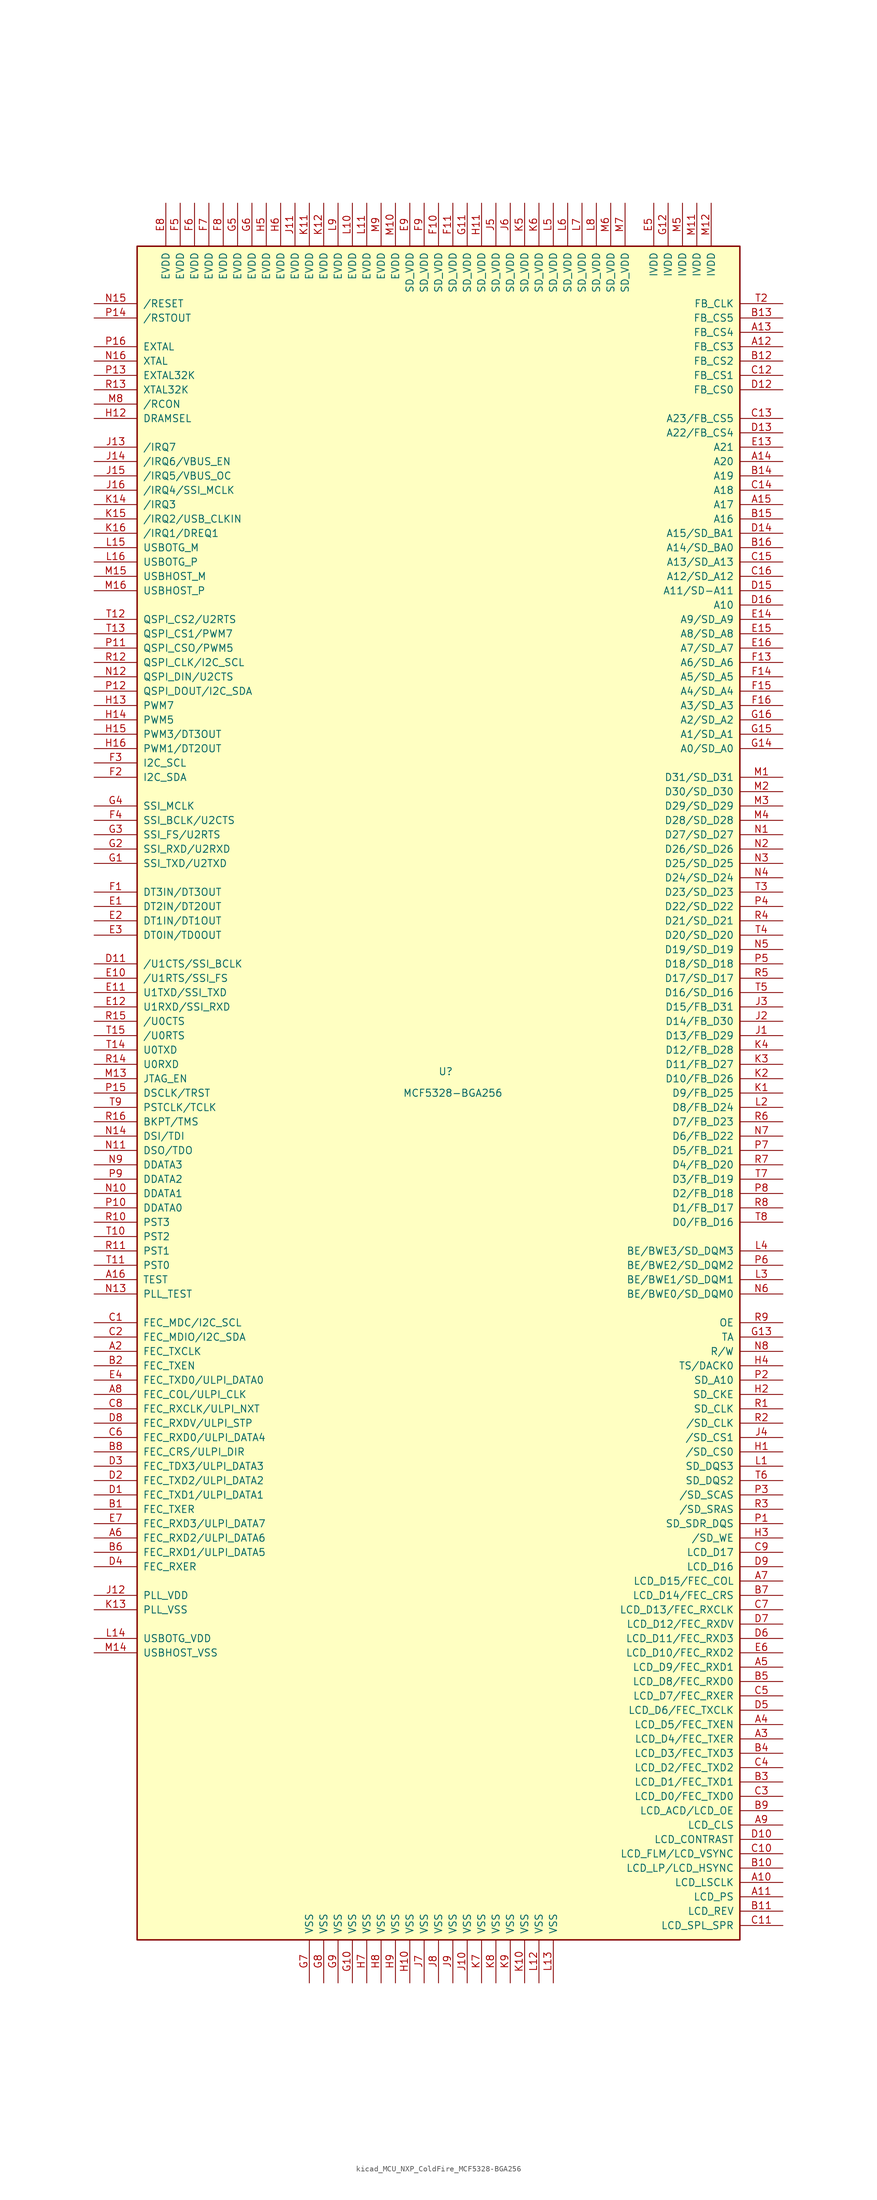
<source format=kicad_sym>
(kicad_symbol_lib
  (version 20220914)
  (generator kicad_symbol_editor)
  (symbol "kicad_MCU_NXP_ColdFire_MCF5328-BGA256"
    (pin_names
      (offset 1.016))
    (property "Reference" "U"
      (at 1.27 3.81 0)
      (effects (font (size 1.27 1.27))))
    (property "Value" "MCF5328-BGA256"
      (at 2.54 0 0)
      (effects (font (size 1.27 1.27))))
    (symbol "kicad_MCU_NXP_ColdFire_MCF5328-BGA256_0_1"
      (rectangle (start -53.34 149.86) (end 53.34 -149.86) (stroke (width 0.254) (type default)) (fill (type background))))
    (symbol "kicad_MCU_NXP_ColdFire_MCF5328-BGA256_1_1"
      (pin output line (at 60.96 -139.7 180) (length 7.62) (name "LCD_LSCLK" (effects (font (size 1.27 1.27)))) (number "A10" (effects (font (size 1.27 1.27)))))
      (pin output line (at 60.96 -142.24 180) (length 7.62) (name "LCD_PS" (effects (font (size 1.27 1.27)))) (number "A11" (effects (font (size 1.27 1.27)))))
      (pin output line (at 60.96 132.08 180) (length 7.62) (name "FB_CS3" (effects (font (size 1.27 1.27)))) (number "A12" (effects (font (size 1.27 1.27)))))
      (pin output line (at 60.96 134.62 180) (length 7.62) (name "FB_CS4" (effects (font (size 1.27 1.27)))) (number "A13" (effects (font (size 1.27 1.27)))))
      (pin output line (at 60.96 111.76 180) (length 7.62) (name "A20" (effects (font (size 1.27 1.27)))) (number "A14" (effects (font (size 1.27 1.27)))))
      (pin output line (at 60.96 104.14 180) (length 7.62) (name "A17" (effects (font (size 1.27 1.27)))) (number "A15" (effects (font (size 1.27 1.27)))))
      (pin input line (at -60.96 -33.02 0) (length 7.62) (name "TEST" (effects (font (size 1.27 1.27)))) (number "A16" (effects (font (size 1.27 1.27)))))
      (pin input line (at -60.96 -45.72 0) (length 7.62) (name "FEC_TXCLK" (effects (font (size 1.27 1.27)))) (number "A2" (effects (font (size 1.27 1.27)))))
      (pin output line (at 60.96 -114.3 180) (length 7.62) (name "LCD_D4/FEC_TXER" (effects (font (size 1.27 1.27)))) (number "A3" (effects (font (size 1.27 1.27)))))
      (pin output line (at 60.96 -111.76 180) (length 7.62) (name "LCD_D5/FEC_TXEN" (effects (font (size 1.27 1.27)))) (number "A4" (effects (font (size 1.27 1.27)))))
      (pin output line (at 60.96 -101.6 180) (length 7.62) (name "LCD_D9/FEC_RXD1" (effects (font (size 1.27 1.27)))) (number "A5" (effects (font (size 1.27 1.27)))))
      (pin input line (at -60.96 -78.74 0) (length 7.62) (name "FEC_RXD2/ULPI_DATA6" (effects (font (size 1.27 1.27)))) (number "A6" (effects (font (size 1.27 1.27)))))
      (pin output line (at 60.96 -86.36 180) (length 7.62) (name "LCD_D15/FEC_COL" (effects (font (size 1.27 1.27)))) (number "A7" (effects (font (size 1.27 1.27)))))
      (pin input line (at -60.96 -53.34 0) (length 7.62) (name "FEC_COL/ULPI_CLK" (effects (font (size 1.27 1.27)))) (number "A8" (effects (font (size 1.27 1.27)))))
      (pin output line (at 60.96 -129.54 180) (length 7.62) (name "LCD_CLS" (effects (font (size 1.27 1.27)))) (number "A9" (effects (font (size 1.27 1.27)))))
      (pin output line (at -60.96 -73.66 0) (length 7.62) (name "FEC_TXER" (effects (font (size 1.27 1.27)))) (number "B1" (effects (font (size 1.27 1.27)))))
      (pin output line (at 60.96 -137.16 180) (length 7.62) (name "LCD_LP/LCD_HSYNC" (effects (font (size 1.27 1.27)))) (number "B10" (effects (font (size 1.27 1.27)))))
      (pin output line (at 60.96 -144.78 180) (length 7.62) (name "LCD_REV" (effects (font (size 1.27 1.27)))) (number "B11" (effects (font (size 1.27 1.27)))))
      (pin output line (at 60.96 129.54 180) (length 7.62) (name "FB_CS2" (effects (font (size 1.27 1.27)))) (number "B12" (effects (font (size 1.27 1.27)))))
      (pin output line (at 60.96 137.16 180) (length 7.62) (name "FB_CS5" (effects (font (size 1.27 1.27)))) (number "B13" (effects (font (size 1.27 1.27)))))
      (pin output line (at 60.96 109.22 180) (length 7.62) (name "A19" (effects (font (size 1.27 1.27)))) (number "B14" (effects (font (size 1.27 1.27)))))
      (pin output line (at 60.96 101.6 180) (length 7.62) (name "A16" (effects (font (size 1.27 1.27)))) (number "B15" (effects (font (size 1.27 1.27)))))
      (pin output line (at 60.96 96.52 180) (length 7.62) (name "A14/SD_BA0" (effects (font (size 1.27 1.27)))) (number "B16" (effects (font (size 1.27 1.27)))))
      (pin output line (at -60.96 -48.26 0) (length 7.62) (name "FEC_TXEN" (effects (font (size 1.27 1.27)))) (number "B2" (effects (font (size 1.27 1.27)))))
      (pin output line (at 60.96 -121.92 180) (length 7.62) (name "LCD_D1/FEC_TXD1" (effects (font (size 1.27 1.27)))) (number "B3" (effects (font (size 1.27 1.27)))))
      (pin output line (at 60.96 -116.84 180) (length 7.62) (name "LCD_D3/FEC_TXD3" (effects (font (size 1.27 1.27)))) (number "B4" (effects (font (size 1.27 1.27)))))
      (pin output line (at 60.96 -104.14 180) (length 7.62) (name "LCD_D8/FEC_RXD0" (effects (font (size 1.27 1.27)))) (number "B5" (effects (font (size 1.27 1.27)))))
      (pin input line (at -60.96 -81.28 0) (length 7.62) (name "FEC_RXD1/ULPI_DATA5" (effects (font (size 1.27 1.27)))) (number "B6" (effects (font (size 1.27 1.27)))))
      (pin output line (at 60.96 -88.9 180) (length 7.62) (name "LCD_D14/FEC_CRS" (effects (font (size 1.27 1.27)))) (number "B7" (effects (font (size 1.27 1.27)))))
      (pin input line (at -60.96 -63.5 0) (length 7.62) (name "FEC_CRS/ULPI_DIR" (effects (font (size 1.27 1.27)))) (number "B8" (effects (font (size 1.27 1.27)))))
      (pin output line (at 60.96 -127 180) (length 7.62) (name "LCD_ACD/LCD_OE" (effects (font (size 1.27 1.27)))) (number "B9" (effects (font (size 1.27 1.27)))))
      (pin output line (at -60.96 -40.64 0) (length 7.62) (name "FEC_MDC/I2C_SCL" (effects (font (size 1.27 1.27)))) (number "C1" (effects (font (size 1.27 1.27)))))
      (pin output line (at 60.96 -134.62 180) (length 7.62) (name "LCD_FLM/LCD_VSYNC" (effects (font (size 1.27 1.27)))) (number "C10" (effects (font (size 1.27 1.27)))))
      (pin output line (at 60.96 -147.32 180) (length 7.62) (name "LCD_SPL_SPR" (effects (font (size 1.27 1.27)))) (number "C11" (effects (font (size 1.27 1.27)))))
      (pin output line (at 60.96 127 180) (length 7.62) (name "FB_CS1" (effects (font (size 1.27 1.27)))) (number "C12" (effects (font (size 1.27 1.27)))))
      (pin output line (at 60.96 119.38 180) (length 7.62) (name "A23/FB_CS5" (effects (font (size 1.27 1.27)))) (number "C13" (effects (font (size 1.27 1.27)))))
      (pin output line (at 60.96 106.68 180) (length 7.62) (name "A18" (effects (font (size 1.27 1.27)))) (number "C14" (effects (font (size 1.27 1.27)))))
      (pin output line (at 60.96 93.98 180) (length 7.62) (name "A13/SD_A13" (effects (font (size 1.27 1.27)))) (number "C15" (effects (font (size 1.27 1.27)))))
      (pin output line (at 60.96 91.44 180) (length 7.62) (name "A12/SD_A12" (effects (font (size 1.27 1.27)))) (number "C16" (effects (font (size 1.27 1.27)))))
      (pin bidirectional line (at -60.96 -43.18 0) (length 7.62) (name "FEC_MDIO/I2C_SDA" (effects (font (size 1.27 1.27)))) (number "C2" (effects (font (size 1.27 1.27)))))
      (pin output line (at 60.96 -124.46 180) (length 7.62) (name "LCD_D0/FEC_TXD0" (effects (font (size 1.27 1.27)))) (number "C3" (effects (font (size 1.27 1.27)))))
      (pin output line (at 60.96 -119.38 180) (length 7.62) (name "LCD_D2/FEC_TXD2" (effects (font (size 1.27 1.27)))) (number "C4" (effects (font (size 1.27 1.27)))))
      (pin output line (at 60.96 -106.68 180) (length 7.62) (name "LCD_D7/FEC_RXER" (effects (font (size 1.27 1.27)))) (number "C5" (effects (font (size 1.27 1.27)))))
      (pin input line (at -60.96 -60.96 0) (length 7.62) (name "FEC_RXD0/ULPI_DATA4" (effects (font (size 1.27 1.27)))) (number "C6" (effects (font (size 1.27 1.27)))))
      (pin output line (at 60.96 -91.44 180) (length 7.62) (name "LCD_D13/FEC_RXCLK" (effects (font (size 1.27 1.27)))) (number "C7" (effects (font (size 1.27 1.27)))))
      (pin input line (at -60.96 -55.88 0) (length 7.62) (name "FEC_RXCLK/ULPI_NXT" (effects (font (size 1.27 1.27)))) (number "C8" (effects (font (size 1.27 1.27)))))
      (pin output line (at 60.96 -81.28 180) (length 7.62) (name "LCD_D17" (effects (font (size 1.27 1.27)))) (number "C9" (effects (font (size 1.27 1.27)))))
      (pin output line (at -60.96 -71.12 0) (length 7.62) (name "FEC_TXD1/ULPI_DATA1" (effects (font (size 1.27 1.27)))) (number "D1" (effects (font (size 1.27 1.27)))))
      (pin output line (at 60.96 -132.08 180) (length 7.62) (name "LCD_CONTRAST" (effects (font (size 1.27 1.27)))) (number "D10" (effects (font (size 1.27 1.27)))))
      (pin input line (at -60.96 22.86 0) (length 7.62) (name "/U1CTS/SSI_BCLK" (effects (font (size 1.27 1.27)))) (number "D11" (effects (font (size 1.27 1.27)))))
      (pin output line (at 60.96 124.46 180) (length 7.62) (name "FB_CS0" (effects (font (size 1.27 1.27)))) (number "D12" (effects (font (size 1.27 1.27)))))
      (pin output line (at 60.96 116.84 180) (length 7.62) (name "A22/FB_CS4" (effects (font (size 1.27 1.27)))) (number "D13" (effects (font (size 1.27 1.27)))))
      (pin output line (at 60.96 99.06 180) (length 7.62) (name "A15/SD_BA1" (effects (font (size 1.27 1.27)))) (number "D14" (effects (font (size 1.27 1.27)))))
      (pin output line (at 60.96 88.9 180) (length 7.62) (name "A11/SD-A11" (effects (font (size 1.27 1.27)))) (number "D15" (effects (font (size 1.27 1.27)))))
      (pin output line (at 60.96 86.36 180) (length 7.62) (name "A10" (effects (font (size 1.27 1.27)))) (number "D16" (effects (font (size 1.27 1.27)))))
      (pin output line (at -60.96 -68.58 0) (length 7.62) (name "FEC_TXD2/ULPI_DATA2" (effects (font (size 1.27 1.27)))) (number "D2" (effects (font (size 1.27 1.27)))))
      (pin output line (at -60.96 -66.04 0) (length 7.62) (name "FEC_TDX3/ULPI_DATA3" (effects (font (size 1.27 1.27)))) (number "D3" (effects (font (size 1.27 1.27)))))
      (pin input line (at -60.96 -83.82 0) (length 7.62) (name "FEC_RXER" (effects (font (size 1.27 1.27)))) (number "D4" (effects (font (size 1.27 1.27)))))
      (pin output line (at 60.96 -109.22 180) (length 7.62) (name "LCD_D6/FEC_TXCLK" (effects (font (size 1.27 1.27)))) (number "D5" (effects (font (size 1.27 1.27)))))
      (pin output line (at 60.96 -96.52 180) (length 7.62) (name "LCD_D11/FEC_RXD3" (effects (font (size 1.27 1.27)))) (number "D6" (effects (font (size 1.27 1.27)))))
      (pin output line (at 60.96 -93.98 180) (length 7.62) (name "LCD_D12/FEC_RXDV" (effects (font (size 1.27 1.27)))) (number "D7" (effects (font (size 1.27 1.27)))))
      (pin input line (at -60.96 -58.42 0) (length 7.62) (name "FEC_RXDV/ULPI_STP" (effects (font (size 1.27 1.27)))) (number "D8" (effects (font (size 1.27 1.27)))))
      (pin output line (at 60.96 -83.82 180) (length 7.62) (name "LCD_D16" (effects (font (size 1.27 1.27)))) (number "D9" (effects (font (size 1.27 1.27)))))
      (pin input line (at -60.96 33.02 0) (length 7.62) (name "DT2IN/DT2OUT" (effects (font (size 1.27 1.27)))) (number "E1" (effects (font (size 1.27 1.27)))))
      (pin output line (at -60.96 20.32 0) (length 7.62) (name "/U1RTS/SSI_FS" (effects (font (size 1.27 1.27)))) (number "E10" (effects (font (size 1.27 1.27)))))
      (pin output line (at -60.96 17.78 0) (length 7.62) (name "U1TXD/SSI_TXD" (effects (font (size 1.27 1.27)))) (number "E11" (effects (font (size 1.27 1.27)))))
      (pin input line (at -60.96 15.24 0) (length 7.62) (name "U1RXD/SSI_RXD" (effects (font (size 1.27 1.27)))) (number "E12" (effects (font (size 1.27 1.27)))))
      (pin output line (at 60.96 114.3 180) (length 7.62) (name "A21" (effects (font (size 1.27 1.27)))) (number "E13" (effects (font (size 1.27 1.27)))))
      (pin output line (at 60.96 83.82 180) (length 7.62) (name "A9/SD_A9" (effects (font (size 1.27 1.27)))) (number "E14" (effects (font (size 1.27 1.27)))))
      (pin output line (at 60.96 81.28 180) (length 7.62) (name "A8/SD_A8" (effects (font (size 1.27 1.27)))) (number "E15" (effects (font (size 1.27 1.27)))))
      (pin output line (at 60.96 78.74 180) (length 7.62) (name "A7/SD_A7" (effects (font (size 1.27 1.27)))) (number "E16" (effects (font (size 1.27 1.27)))))
      (pin input line (at -60.96 30.48 0) (length 7.62) (name "DT1IN/DT1OUT" (effects (font (size 1.27 1.27)))) (number "E2" (effects (font (size 1.27 1.27)))))
      (pin input line (at -60.96 27.94 0) (length 7.62) (name "DT0IN/TD0OUT" (effects (font (size 1.27 1.27)))) (number "E3" (effects (font (size 1.27 1.27)))))
      (pin output line (at -60.96 -50.8 0) (length 7.62) (name "FEC_TXD0/ULPI_DATA0" (effects (font (size 1.27 1.27)))) (number "E4" (effects (font (size 1.27 1.27)))))
      (pin power_in line (at 38.1 157.48 270) (length 7.62) (name "IVDD" (effects (font (size 1.27 1.27)))) (number "E5" (effects (font (size 1.27 1.27)))))
      (pin output line (at 60.96 -99.06 180) (length 7.62) (name "LCD_D10/FEC_RXD2" (effects (font (size 1.27 1.27)))) (number "E6" (effects (font (size 1.27 1.27)))))
      (pin input line (at -60.96 -76.2 0) (length 7.62) (name "FEC_RXD3/ULPI_DATA7" (effects (font (size 1.27 1.27)))) (number "E7" (effects (font (size 1.27 1.27)))))
      (pin power_in line (at -48.26 157.48 270) (length 7.62) (name "EVDD" (effects (font (size 1.27 1.27)))) (number "E8" (effects (font (size 1.27 1.27)))))
      (pin power_in line (at -5.08 157.48 270) (length 7.62) (name "SD_VDD" (effects (font (size 1.27 1.27)))) (number "E9" (effects (font (size 1.27 1.27)))))
      (pin input line (at -60.96 35.56 0) (length 7.62) (name "DT3IN/DT3OUT" (effects (font (size 1.27 1.27)))) (number "F1" (effects (font (size 1.27 1.27)))))
      (pin power_in line (at 0 157.48 270) (length 7.62) (name "SD_VDD" (effects (font (size 1.27 1.27)))) (number "F10" (effects (font (size 1.27 1.27)))))
      (pin power_in line (at 2.54 157.48 270) (length 7.62) (name "SD_VDD" (effects (font (size 1.27 1.27)))) (number "F11" (effects (font (size 1.27 1.27)))))
      (pin output line (at 60.96 76.2 180) (length 7.62) (name "A6/SD_A6" (effects (font (size 1.27 1.27)))) (number "F13" (effects (font (size 1.27 1.27)))))
      (pin output line (at 60.96 73.66 180) (length 7.62) (name "A5/SD_A5" (effects (font (size 1.27 1.27)))) (number "F14" (effects (font (size 1.27 1.27)))))
      (pin output line (at 60.96 71.12 180) (length 7.62) (name "A4/SD_A4" (effects (font (size 1.27 1.27)))) (number "F15" (effects (font (size 1.27 1.27)))))
      (pin output line (at 60.96 68.58 180) (length 7.62) (name "A3/SD_A3" (effects (font (size 1.27 1.27)))) (number "F16" (effects (font (size 1.27 1.27)))))
      (pin bidirectional line (at -60.96 55.88 0) (length 7.62) (name "I2C_SDA" (effects (font (size 1.27 1.27)))) (number "F2" (effects (font (size 1.27 1.27)))))
      (pin bidirectional line (at -60.96 58.42 0) (length 7.62) (name "I2C_SCL" (effects (font (size 1.27 1.27)))) (number "F3" (effects (font (size 1.27 1.27)))))
      (pin bidirectional line (at -60.96 48.26 0) (length 7.62) (name "SSI_BCLK/U2CTS" (effects (font (size 1.27 1.27)))) (number "F4" (effects (font (size 1.27 1.27)))))
      (pin power_in line (at -45.72 157.48 270) (length 7.62) (name "EVDD" (effects (font (size 1.27 1.27)))) (number "F5" (effects (font (size 1.27 1.27)))))
      (pin power_in line (at -43.18 157.48 270) (length 7.62) (name "EVDD" (effects (font (size 1.27 1.27)))) (number "F6" (effects (font (size 1.27 1.27)))))
      (pin power_in line (at -40.64 157.48 270) (length 7.62) (name "EVDD" (effects (font (size 1.27 1.27)))) (number "F7" (effects (font (size 1.27 1.27)))))
      (pin power_in line (at -38.1 157.48 270) (length 7.62) (name "EVDD" (effects (font (size 1.27 1.27)))) (number "F8" (effects (font (size 1.27 1.27)))))
      (pin power_in line (at -2.54 157.48 270) (length 7.62) (name "SD_VDD" (effects (font (size 1.27 1.27)))) (number "F9" (effects (font (size 1.27 1.27)))))
      (pin output line (at -60.96 40.64 0) (length 7.62) (name "SSI_TXD/U2TXD" (effects (font (size 1.27 1.27)))) (number "G1" (effects (font (size 1.27 1.27)))))
      (pin power_in line (at -15.24 -157.48 90) (length 7.62) (name "VSS" (effects (font (size 1.27 1.27)))) (number "G10" (effects (font (size 1.27 1.27)))))
      (pin power_in line (at 5.08 157.48 270) (length 7.62) (name "SD_VDD" (effects (font (size 1.27 1.27)))) (number "G11" (effects (font (size 1.27 1.27)))))
      (pin power_in line (at 40.64 157.48 270) (length 7.62) (name "IVDD" (effects (font (size 1.27 1.27)))) (number "G12" (effects (font (size 1.27 1.27)))))
      (pin input line (at 60.96 -43.18 180) (length 7.62) (name "TA" (effects (font (size 1.27 1.27)))) (number "G13" (effects (font (size 1.27 1.27)))))
      (pin output line (at 60.96 60.96 180) (length 7.62) (name "A0/SD_A0" (effects (font (size 1.27 1.27)))) (number "G14" (effects (font (size 1.27 1.27)))))
      (pin output line (at 60.96 63.5 180) (length 7.62) (name "A1/SD_A1" (effects (font (size 1.27 1.27)))) (number "G15" (effects (font (size 1.27 1.27)))))
      (pin output line (at 60.96 66.04 180) (length 7.62) (name "A2/SD_A2" (effects (font (size 1.27 1.27)))) (number "G16" (effects (font (size 1.27 1.27)))))
      (pin input line (at -60.96 43.18 0) (length 7.62) (name "SSI_RXD/U2RXD" (effects (font (size 1.27 1.27)))) (number "G2" (effects (font (size 1.27 1.27)))))
      (pin bidirectional line (at -60.96 45.72 0) (length 7.62) (name "SSI_FS/U2RTS" (effects (font (size 1.27 1.27)))) (number "G3" (effects (font (size 1.27 1.27)))))
      (pin bidirectional line (at -60.96 50.8 0) (length 7.62) (name "SSI_MCLK" (effects (font (size 1.27 1.27)))) (number "G4" (effects (font (size 1.27 1.27)))))
      (pin power_in line (at -35.56 157.48 270) (length 7.62) (name "EVDD" (effects (font (size 1.27 1.27)))) (number "G5" (effects (font (size 1.27 1.27)))))
      (pin power_in line (at -33.02 157.48 270) (length 7.62) (name "EVDD" (effects (font (size 1.27 1.27)))) (number "G6" (effects (font (size 1.27 1.27)))))
      (pin power_in line (at -22.86 -157.48 90) (length 7.62) (name "VSS" (effects (font (size 1.27 1.27)))) (number "G7" (effects (font (size 1.27 1.27)))))
      (pin power_in line (at -20.32 -157.48 90) (length 7.62) (name "VSS" (effects (font (size 1.27 1.27)))) (number "G8" (effects (font (size 1.27 1.27)))))
      (pin power_in line (at -17.78 -157.48 90) (length 7.62) (name "VSS" (effects (font (size 1.27 1.27)))) (number "G9" (effects (font (size 1.27 1.27)))))
      (pin output line (at 60.96 -63.5 180) (length 7.62) (name "/SD_CS0" (effects (font (size 1.27 1.27)))) (number "H1" (effects (font (size 1.27 1.27)))))
      (pin power_in line (at -5.08 -157.48 90) (length 7.62) (name "VSS" (effects (font (size 1.27 1.27)))) (number "H10" (effects (font (size 1.27 1.27)))))
      (pin power_in line (at 7.62 157.48 270) (length 7.62) (name "SD_VDD" (effects (font (size 1.27 1.27)))) (number "H11" (effects (font (size 1.27 1.27)))))
      (pin input line (at -60.96 119.38 0) (length 7.62) (name "DRAMSEL" (effects (font (size 1.27 1.27)))) (number "H12" (effects (font (size 1.27 1.27)))))
      (pin bidirectional line (at -60.96 68.58 0) (length 7.62) (name "PWM7" (effects (font (size 1.27 1.27)))) (number "H13" (effects (font (size 1.27 1.27)))))
      (pin bidirectional line (at -60.96 66.04 0) (length 7.62) (name "PWM5" (effects (font (size 1.27 1.27)))) (number "H14" (effects (font (size 1.27 1.27)))))
      (pin bidirectional line (at -60.96 63.5 0) (length 7.62) (name "PWM3/DT3OUT" (effects (font (size 1.27 1.27)))) (number "H15" (effects (font (size 1.27 1.27)))))
      (pin bidirectional line (at -60.96 60.96 0) (length 7.62) (name "PWM1/DT2OUT" (effects (font (size 1.27 1.27)))) (number "H16" (effects (font (size 1.27 1.27)))))
      (pin output line (at 60.96 -53.34 180) (length 7.62) (name "SD_CKE" (effects (font (size 1.27 1.27)))) (number "H2" (effects (font (size 1.27 1.27)))))
      (pin output line (at 60.96 -78.74 180) (length 7.62) (name "/SD_WE" (effects (font (size 1.27 1.27)))) (number "H3" (effects (font (size 1.27 1.27)))))
      (pin output line (at 60.96 -48.26 180) (length 7.62) (name "TS/DACK0" (effects (font (size 1.27 1.27)))) (number "H4" (effects (font (size 1.27 1.27)))))
      (pin power_in line (at -30.48 157.48 270) (length 7.62) (name "EVDD" (effects (font (size 1.27 1.27)))) (number "H5" (effects (font (size 1.27 1.27)))))
      (pin power_in line (at -27.94 157.48 270) (length 7.62) (name "EVDD" (effects (font (size 1.27 1.27)))) (number "H6" (effects (font (size 1.27 1.27)))))
      (pin power_in line (at -12.7 -157.48 90) (length 7.62) (name "VSS" (effects (font (size 1.27 1.27)))) (number "H7" (effects (font (size 1.27 1.27)))))
      (pin power_in line (at -10.16 -157.48 90) (length 7.62) (name "VSS" (effects (font (size 1.27 1.27)))) (number "H8" (effects (font (size 1.27 1.27)))))
      (pin power_in line (at -7.62 -157.48 90) (length 7.62) (name "VSS" (effects (font (size 1.27 1.27)))) (number "H9" (effects (font (size 1.27 1.27)))))
      (pin output line (at 60.96 10.16 180) (length 7.62) (name "D13/FB_D29" (effects (font (size 1.27 1.27)))) (number "J1" (effects (font (size 1.27 1.27)))))
      (pin power_in line (at 5.08 -157.48 90) (length 7.62) (name "VSS" (effects (font (size 1.27 1.27)))) (number "J10" (effects (font (size 1.27 1.27)))))
      (pin power_in line (at -25.4 157.48 270) (length 7.62) (name "EVDD" (effects (font (size 1.27 1.27)))) (number "J11" (effects (font (size 1.27 1.27)))))
      (pin power_in line (at -60.96 -88.9 0) (length 7.62) (name "PLL_VDD" (effects (font (size 1.27 1.27)))) (number "J12" (effects (font (size 1.27 1.27)))))
      (pin input line (at -60.96 114.3 0) (length 7.62) (name "/IRQ7" (effects (font (size 1.27 1.27)))) (number "J13" (effects (font (size 1.27 1.27)))))
      (pin input line (at -60.96 111.76 0) (length 7.62) (name "/IRQ6/VBUS_EN" (effects (font (size 1.27 1.27)))) (number "J14" (effects (font (size 1.27 1.27)))))
      (pin input line (at -60.96 109.22 0) (length 7.62) (name "/IRQ5/VBUS_OC" (effects (font (size 1.27 1.27)))) (number "J15" (effects (font (size 1.27 1.27)))))
      (pin input line (at -60.96 106.68 0) (length 7.62) (name "/IRQ4/SSI_MCLK" (effects (font (size 1.27 1.27)))) (number "J16" (effects (font (size 1.27 1.27)))))
      (pin output line (at 60.96 12.7 180) (length 7.62) (name "D14/FB_D30" (effects (font (size 1.27 1.27)))) (number "J2" (effects (font (size 1.27 1.27)))))
      (pin output line (at 60.96 15.24 180) (length 7.62) (name "D15/FB_D31" (effects (font (size 1.27 1.27)))) (number "J3" (effects (font (size 1.27 1.27)))))
      (pin output line (at 60.96 -60.96 180) (length 7.62) (name "/SD_CS1" (effects (font (size 1.27 1.27)))) (number "J4" (effects (font (size 1.27 1.27)))))
      (pin power_in line (at 10.16 157.48 270) (length 7.62) (name "SD_VDD" (effects (font (size 1.27 1.27)))) (number "J5" (effects (font (size 1.27 1.27)))))
      (pin power_in line (at 12.7 157.48 270) (length 7.62) (name "SD_VDD" (effects (font (size 1.27 1.27)))) (number "J6" (effects (font (size 1.27 1.27)))))
      (pin power_in line (at -2.54 -157.48 90) (length 7.62) (name "VSS" (effects (font (size 1.27 1.27)))) (number "J7" (effects (font (size 1.27 1.27)))))
      (pin power_in line (at 0 -157.48 90) (length 7.62) (name "VSS" (effects (font (size 1.27 1.27)))) (number "J8" (effects (font (size 1.27 1.27)))))
      (pin power_in line (at 2.54 -157.48 90) (length 7.62) (name "VSS" (effects (font (size 1.27 1.27)))) (number "J9" (effects (font (size 1.27 1.27)))))
      (pin output line (at 60.96 0 180) (length 7.62) (name "D9/FB_D25" (effects (font (size 1.27 1.27)))) (number "K1" (effects (font (size 1.27 1.27)))))
      (pin power_in line (at 15.24 -157.48 90) (length 7.62) (name "VSS" (effects (font (size 1.27 1.27)))) (number "K10" (effects (font (size 1.27 1.27)))))
      (pin power_in line (at -22.86 157.48 270) (length 7.62) (name "EVDD" (effects (font (size 1.27 1.27)))) (number "K11" (effects (font (size 1.27 1.27)))))
      (pin power_in line (at -20.32 157.48 270) (length 7.62) (name "EVDD" (effects (font (size 1.27 1.27)))) (number "K12" (effects (font (size 1.27 1.27)))))
      (pin power_in line (at -60.96 -91.44 0) (length 7.62) (name "PLL_VSS" (effects (font (size 1.27 1.27)))) (number "K13" (effects (font (size 1.27 1.27)))))
      (pin input line (at -60.96 104.14 0) (length 7.62) (name "/IRQ3" (effects (font (size 1.27 1.27)))) (number "K14" (effects (font (size 1.27 1.27)))))
      (pin input line (at -60.96 101.6 0) (length 7.62) (name "/IRQ2/USB_CLKIN" (effects (font (size 1.27 1.27)))) (number "K15" (effects (font (size 1.27 1.27)))))
      (pin input line (at -60.96 99.06 0) (length 7.62) (name "/IRQ1/DREQ1" (effects (font (size 1.27 1.27)))) (number "K16" (effects (font (size 1.27 1.27)))))
      (pin output line (at 60.96 2.54 180) (length 7.62) (name "D10/FB_D26" (effects (font (size 1.27 1.27)))) (number "K2" (effects (font (size 1.27 1.27)))))
      (pin output line (at 60.96 5.08 180) (length 7.62) (name "D11/FB_D27" (effects (font (size 1.27 1.27)))) (number "K3" (effects (font (size 1.27 1.27)))))
      (pin output line (at 60.96 7.62 180) (length 7.62) (name "D12/FB_D28" (effects (font (size 1.27 1.27)))) (number "K4" (effects (font (size 1.27 1.27)))))
      (pin power_in line (at 15.24 157.48 270) (length 7.62) (name "SD_VDD" (effects (font (size 1.27 1.27)))) (number "K5" (effects (font (size 1.27 1.27)))))
      (pin power_in line (at 17.78 157.48 270) (length 7.62) (name "SD_VDD" (effects (font (size 1.27 1.27)))) (number "K6" (effects (font (size 1.27 1.27)))))
      (pin power_in line (at 7.62 -157.48 90) (length 7.62) (name "VSS" (effects (font (size 1.27 1.27)))) (number "K7" (effects (font (size 1.27 1.27)))))
      (pin power_in line (at 10.16 -157.48 90) (length 7.62) (name "VSS" (effects (font (size 1.27 1.27)))) (number "K8" (effects (font (size 1.27 1.27)))))
      (pin power_in line (at 12.7 -157.48 90) (length 7.62) (name "VSS" (effects (font (size 1.27 1.27)))) (number "K9" (effects (font (size 1.27 1.27)))))
      (pin input line (at 60.96 -66.04 180) (length 7.62) (name "SD_DQS3" (effects (font (size 1.27 1.27)))) (number "L1" (effects (font (size 1.27 1.27)))))
      (pin power_in line (at -15.24 157.48 270) (length 7.62) (name "EVDD" (effects (font (size 1.27 1.27)))) (number "L10" (effects (font (size 1.27 1.27)))))
      (pin power_in line (at -12.7 157.48 270) (length 7.62) (name "EVDD" (effects (font (size 1.27 1.27)))) (number "L11" (effects (font (size 1.27 1.27)))))
      (pin power_in line (at 17.78 -157.48 90) (length 7.62) (name "VSS" (effects (font (size 1.27 1.27)))) (number "L12" (effects (font (size 1.27 1.27)))))
      (pin power_in line (at 20.32 -157.48 90) (length 7.62) (name "VSS" (effects (font (size 1.27 1.27)))) (number "L13" (effects (font (size 1.27 1.27)))))
      (pin power_in line (at -60.96 -96.52 0) (length 7.62) (name "USBOTG_VDD" (effects (font (size 1.27 1.27)))) (number "L14" (effects (font (size 1.27 1.27)))))
      (pin bidirectional line (at -60.96 96.52 0) (length 7.62) (name "USBOTG_M" (effects (font (size 1.27 1.27)))) (number "L15" (effects (font (size 1.27 1.27)))))
      (pin bidirectional line (at -60.96 93.98 0) (length 7.62) (name "USBOTG_P" (effects (font (size 1.27 1.27)))) (number "L16" (effects (font (size 1.27 1.27)))))
      (pin output line (at 60.96 -2.54 180) (length 7.62) (name "D8/FB_D24" (effects (font (size 1.27 1.27)))) (number "L2" (effects (font (size 1.27 1.27)))))
      (pin output line (at 60.96 -33.02 180) (length 7.62) (name "BE/BWE1/SD_DQM1" (effects (font (size 1.27 1.27)))) (number "L3" (effects (font (size 1.27 1.27)))))
      (pin output line (at 60.96 -27.94 180) (length 7.62) (name "BE/BWE3/SD_DQM3" (effects (font (size 1.27 1.27)))) (number "L4" (effects (font (size 1.27 1.27)))))
      (pin power_in line (at 20.32 157.48 270) (length 7.62) (name "SD_VDD" (effects (font (size 1.27 1.27)))) (number "L5" (effects (font (size 1.27 1.27)))))
      (pin power_in line (at 22.86 157.48 270) (length 7.62) (name "SD_VDD" (effects (font (size 1.27 1.27)))) (number "L6" (effects (font (size 1.27 1.27)))))
      (pin power_in line (at 25.4 157.48 270) (length 7.62) (name "SD_VDD" (effects (font (size 1.27 1.27)))) (number "L7" (effects (font (size 1.27 1.27)))))
      (pin power_in line (at 27.94 157.48 270) (length 7.62) (name "SD_VDD" (effects (font (size 1.27 1.27)))) (number "L8" (effects (font (size 1.27 1.27)))))
      (pin power_in line (at -17.78 157.48 270) (length 7.62) (name "EVDD" (effects (font (size 1.27 1.27)))) (number "L9" (effects (font (size 1.27 1.27)))))
      (pin output line (at 60.96 55.88 180) (length 7.62) (name "D31/SD_D31" (effects (font (size 1.27 1.27)))) (number "M1" (effects (font (size 1.27 1.27)))))
      (pin power_in line (at -7.62 157.48 270) (length 7.62) (name "EVDD" (effects (font (size 1.27 1.27)))) (number "M10" (effects (font (size 1.27 1.27)))))
      (pin power_in line (at 45.72 157.48 270) (length 7.62) (name "IVDD" (effects (font (size 1.27 1.27)))) (number "M11" (effects (font (size 1.27 1.27)))))
      (pin power_in line (at 48.26 157.48 270) (length 7.62) (name "IVDD" (effects (font (size 1.27 1.27)))) (number "M12" (effects (font (size 1.27 1.27)))))
      (pin input line (at -60.96 2.54 0) (length 7.62) (name "JTAG_EN" (effects (font (size 1.27 1.27)))) (number "M13" (effects (font (size 1.27 1.27)))))
      (pin power_in line (at -60.96 -99.06 0) (length 7.62) (name "USBHOST_VSS" (effects (font (size 1.27 1.27)))) (number "M14" (effects (font (size 1.27 1.27)))))
      (pin bidirectional line (at -60.96 91.44 0) (length 7.62) (name "USBHOST_M" (effects (font (size 1.27 1.27)))) (number "M15" (effects (font (size 1.27 1.27)))))
      (pin bidirectional line (at -60.96 88.9 0) (length 7.62) (name "USBHOST_P" (effects (font (size 1.27 1.27)))) (number "M16" (effects (font (size 1.27 1.27)))))
      (pin output line (at 60.96 53.34 180) (length 7.62) (name "D30/SD_D30" (effects (font (size 1.27 1.27)))) (number "M2" (effects (font (size 1.27 1.27)))))
      (pin output line (at 60.96 50.8 180) (length 7.62) (name "D29/SD_D29" (effects (font (size 1.27 1.27)))) (number "M3" (effects (font (size 1.27 1.27)))))
      (pin output line (at 60.96 48.26 180) (length 7.62) (name "D28/SD_D28" (effects (font (size 1.27 1.27)))) (number "M4" (effects (font (size 1.27 1.27)))))
      (pin power_in line (at 43.18 157.48 270) (length 7.62) (name "IVDD" (effects (font (size 1.27 1.27)))) (number "M5" (effects (font (size 1.27 1.27)))))
      (pin power_in line (at 30.48 157.48 270) (length 7.62) (name "SD_VDD" (effects (font (size 1.27 1.27)))) (number "M6" (effects (font (size 1.27 1.27)))))
      (pin power_in line (at 33.02 157.48 270) (length 7.62) (name "SD_VDD" (effects (font (size 1.27 1.27)))) (number "M7" (effects (font (size 1.27 1.27)))))
      (pin input line (at -60.96 121.92 0) (length 7.62) (name "/RCON" (effects (font (size 1.27 1.27)))) (number "M8" (effects (font (size 1.27 1.27)))))
      (pin power_in line (at -10.16 157.48 270) (length 7.62) (name "EVDD" (effects (font (size 1.27 1.27)))) (number "M9" (effects (font (size 1.27 1.27)))))
      (pin output line (at 60.96 45.72 180) (length 7.62) (name "D27/SD_D27" (effects (font (size 1.27 1.27)))) (number "N1" (effects (font (size 1.27 1.27)))))
      (pin output line (at -60.96 -17.78 0) (length 7.62) (name "DDATA1" (effects (font (size 1.27 1.27)))) (number "N10" (effects (font (size 1.27 1.27)))))
      (pin output line (at -60.96 -10.16 0) (length 7.62) (name "DSO/TDO" (effects (font (size 1.27 1.27)))) (number "N11" (effects (font (size 1.27 1.27)))))
      (pin input line (at -60.96 73.66 0) (length 7.62) (name "QSPI_DIN/U2CTS" (effects (font (size 1.27 1.27)))) (number "N12" (effects (font (size 1.27 1.27)))))
      (pin input line (at -60.96 -35.56 0) (length 7.62) (name "PLL_TEST" (effects (font (size 1.27 1.27)))) (number "N13" (effects (font (size 1.27 1.27)))))
      (pin input line (at -60.96 -7.62 0) (length 7.62) (name "DSI/TDI" (effects (font (size 1.27 1.27)))) (number "N14" (effects (font (size 1.27 1.27)))))
      (pin input line (at -60.96 139.7 0) (length 7.62) (name "/RESET" (effects (font (size 1.27 1.27)))) (number "N15" (effects (font (size 1.27 1.27)))))
      (pin output line (at -60.96 129.54 0) (length 7.62) (name "XTAL" (effects (font (size 1.27 1.27)))) (number "N16" (effects (font (size 1.27 1.27)))))
      (pin output line (at 60.96 43.18 180) (length 7.62) (name "D26/SD_D26" (effects (font (size 1.27 1.27)))) (number "N2" (effects (font (size 1.27 1.27)))))
      (pin output line (at 60.96 40.64 180) (length 7.62) (name "D25/SD_D25" (effects (font (size 1.27 1.27)))) (number "N3" (effects (font (size 1.27 1.27)))))
      (pin output line (at 60.96 38.1 180) (length 7.62) (name "D24/SD_D24" (effects (font (size 1.27 1.27)))) (number "N4" (effects (font (size 1.27 1.27)))))
      (pin output line (at 60.96 25.4 180) (length 7.62) (name "D19/SD_D19" (effects (font (size 1.27 1.27)))) (number "N5" (effects (font (size 1.27 1.27)))))
      (pin output line (at 60.96 -35.56 180) (length 7.62) (name "BE/BWE0/SD_DQM0" (effects (font (size 1.27 1.27)))) (number "N6" (effects (font (size 1.27 1.27)))))
      (pin output line (at 60.96 -7.62 180) (length 7.62) (name "D6/FB_D22" (effects (font (size 1.27 1.27)))) (number "N7" (effects (font (size 1.27 1.27)))))
      (pin output line (at 60.96 -45.72 180) (length 7.62) (name "R/W" (effects (font (size 1.27 1.27)))) (number "N8" (effects (font (size 1.27 1.27)))))
      (pin output line (at -60.96 -12.7 0) (length 7.62) (name "DDATA3" (effects (font (size 1.27 1.27)))) (number "N9" (effects (font (size 1.27 1.27)))))
      (pin output line (at 60.96 -76.2 180) (length 7.62) (name "SD_SDR_DQS" (effects (font (size 1.27 1.27)))) (number "P1" (effects (font (size 1.27 1.27)))))
      (pin output line (at -60.96 -20.32 0) (length 7.62) (name "DDATA0" (effects (font (size 1.27 1.27)))) (number "P10" (effects (font (size 1.27 1.27)))))
      (pin output line (at -60.96 78.74 0) (length 7.62) (name "QSPI_CSO/PWM5" (effects (font (size 1.27 1.27)))) (number "P11" (effects (font (size 1.27 1.27)))))
      (pin output line (at -60.96 71.12 0) (length 7.62) (name "QSPI_DOUT/I2C_SDA" (effects (font (size 1.27 1.27)))) (number "P12" (effects (font (size 1.27 1.27)))))
      (pin input line (at -60.96 127 0) (length 7.62) (name "EXTAL32K" (effects (font (size 1.27 1.27)))) (number "P13" (effects (font (size 1.27 1.27)))))
      (pin output line (at -60.96 137.16 0) (length 7.62) (name "/RSTOUT" (effects (font (size 1.27 1.27)))) (number "P14" (effects (font (size 1.27 1.27)))))
      (pin input line (at -60.96 0 0) (length 7.62) (name "DSCLK/TRST" (effects (font (size 1.27 1.27)))) (number "P15" (effects (font (size 1.27 1.27)))))
      (pin input line (at -60.96 132.08 0) (length 7.62) (name "EXTAL" (effects (font (size 1.27 1.27)))) (number "P16" (effects (font (size 1.27 1.27)))))
      (pin output line (at 60.96 -50.8 180) (length 7.62) (name "SD_A10" (effects (font (size 1.27 1.27)))) (number "P2" (effects (font (size 1.27 1.27)))))
      (pin output line (at 60.96 -71.12 180) (length 7.62) (name "/SD_SCAS" (effects (font (size 1.27 1.27)))) (number "P3" (effects (font (size 1.27 1.27)))))
      (pin output line (at 60.96 33.02 180) (length 7.62) (name "D22/SD_D22" (effects (font (size 1.27 1.27)))) (number "P4" (effects (font (size 1.27 1.27)))))
      (pin output line (at 60.96 22.86 180) (length 7.62) (name "D18/SD_D18" (effects (font (size 1.27 1.27)))) (number "P5" (effects (font (size 1.27 1.27)))))
      (pin output line (at 60.96 -30.48 180) (length 7.62) (name "BE/BWE2/SD_DQM2" (effects (font (size 1.27 1.27)))) (number "P6" (effects (font (size 1.27 1.27)))))
      (pin output line (at 60.96 -10.16 180) (length 7.62) (name "D5/FB_D21" (effects (font (size 1.27 1.27)))) (number "P7" (effects (font (size 1.27 1.27)))))
      (pin output line (at 60.96 -17.78 180) (length 7.62) (name "D2/FB_D18" (effects (font (size 1.27 1.27)))) (number "P8" (effects (font (size 1.27 1.27)))))
      (pin output line (at -60.96 -15.24 0) (length 7.62) (name "DDATA2" (effects (font (size 1.27 1.27)))) (number "P9" (effects (font (size 1.27 1.27)))))
      (pin output line (at 60.96 -55.88 180) (length 7.62) (name "SD_CLK" (effects (font (size 1.27 1.27)))) (number "R1" (effects (font (size 1.27 1.27)))))
      (pin output line (at -60.96 -22.86 0) (length 7.62) (name "PST3" (effects (font (size 1.27 1.27)))) (number "R10" (effects (font (size 1.27 1.27)))))
      (pin output line (at -60.96 -27.94 0) (length 7.62) (name "PST1" (effects (font (size 1.27 1.27)))) (number "R11" (effects (font (size 1.27 1.27)))))
      (pin output line (at -60.96 76.2 0) (length 7.62) (name "QSPI_CLK/I2C_SCL" (effects (font (size 1.27 1.27)))) (number "R12" (effects (font (size 1.27 1.27)))))
      (pin output line (at -60.96 124.46 0) (length 7.62) (name "XTAL32K" (effects (font (size 1.27 1.27)))) (number "R13" (effects (font (size 1.27 1.27)))))
      (pin input line (at -60.96 5.08 0) (length 7.62) (name "U0RXD" (effects (font (size 1.27 1.27)))) (number "R14" (effects (font (size 1.27 1.27)))))
      (pin input line (at -60.96 12.7 0) (length 7.62) (name "/U0CTS" (effects (font (size 1.27 1.27)))) (number "R15" (effects (font (size 1.27 1.27)))))
      (pin input line (at -60.96 -5.08 0) (length 7.62) (name "BKPT/TMS" (effects (font (size 1.27 1.27)))) (number "R16" (effects (font (size 1.27 1.27)))))
      (pin output line (at 60.96 -58.42 180) (length 7.62) (name "/SD_CLK" (effects (font (size 1.27 1.27)))) (number "R2" (effects (font (size 1.27 1.27)))))
      (pin output line (at 60.96 -73.66 180) (length 7.62) (name "/SD_SRAS" (effects (font (size 1.27 1.27)))) (number "R3" (effects (font (size 1.27 1.27)))))
      (pin output line (at 60.96 30.48 180) (length 7.62) (name "D21/SD_D21" (effects (font (size 1.27 1.27)))) (number "R4" (effects (font (size 1.27 1.27)))))
      (pin output line (at 60.96 20.32 180) (length 7.62) (name "D17/SD_D17" (effects (font (size 1.27 1.27)))) (number "R5" (effects (font (size 1.27 1.27)))))
      (pin output line (at 60.96 -5.08 180) (length 7.62) (name "D7/FB_D23" (effects (font (size 1.27 1.27)))) (number "R6" (effects (font (size 1.27 1.27)))))
      (pin output line (at 60.96 -12.7 180) (length 7.62) (name "D4/FB_D20" (effects (font (size 1.27 1.27)))) (number "R7" (effects (font (size 1.27 1.27)))))
      (pin output line (at 60.96 -20.32 180) (length 7.62) (name "D1/FB_D17" (effects (font (size 1.27 1.27)))) (number "R8" (effects (font (size 1.27 1.27)))))
      (pin output line (at 60.96 -40.64 180) (length 7.62) (name "OE" (effects (font (size 1.27 1.27)))) (number "R9" (effects (font (size 1.27 1.27)))))
      (pin output line (at -60.96 -25.4 0) (length 7.62) (name "PST2" (effects (font (size 1.27 1.27)))) (number "T10" (effects (font (size 1.27 1.27)))))
      (pin output line (at -60.96 -30.48 0) (length 7.62) (name "PST0" (effects (font (size 1.27 1.27)))) (number "T11" (effects (font (size 1.27 1.27)))))
      (pin output line (at -60.96 83.82 0) (length 7.62) (name "QSPI_CS2/U2RTS" (effects (font (size 1.27 1.27)))) (number "T12" (effects (font (size 1.27 1.27)))))
      (pin output line (at -60.96 81.28 0) (length 7.62) (name "QSPI_CS1/PWM7" (effects (font (size 1.27 1.27)))) (number "T13" (effects (font (size 1.27 1.27)))))
      (pin output line (at -60.96 7.62 0) (length 7.62) (name "U0TXD" (effects (font (size 1.27 1.27)))) (number "T14" (effects (font (size 1.27 1.27)))))
      (pin output line (at -60.96 10.16 0) (length 7.62) (name "/U0RTS" (effects (font (size 1.27 1.27)))) (number "T15" (effects (font (size 1.27 1.27)))))
      (pin output line (at 60.96 139.7 180) (length 7.62) (name "FB_CLK" (effects (font (size 1.27 1.27)))) (number "T2" (effects (font (size 1.27 1.27)))))
      (pin output line (at 60.96 35.56 180) (length 7.62) (name "D23/SD_D23" (effects (font (size 1.27 1.27)))) (number "T3" (effects (font (size 1.27 1.27)))))
      (pin output line (at 60.96 27.94 180) (length 7.62) (name "D20/SD_D20" (effects (font (size 1.27 1.27)))) (number "T4" (effects (font (size 1.27 1.27)))))
      (pin output line (at 60.96 17.78 180) (length 7.62) (name "D16/SD_D16" (effects (font (size 1.27 1.27)))) (number "T5" (effects (font (size 1.27 1.27)))))
      (pin input line (at 60.96 -68.58 180) (length 7.62) (name "SD_DQS2" (effects (font (size 1.27 1.27)))) (number "T6" (effects (font (size 1.27 1.27)))))
      (pin output line (at 60.96 -15.24 180) (length 7.62) (name "D3/FB_D19" (effects (font (size 1.27 1.27)))) (number "T7" (effects (font (size 1.27 1.27)))))
      (pin output line (at 60.96 -22.86 180) (length 7.62) (name "D0/FB_D16" (effects (font (size 1.27 1.27)))) (number "T8" (effects (font (size 1.27 1.27)))))
      (pin output line (at -60.96 -2.54 0) (length 7.62) (name "PSTCLK/TCLK" (effects (font (size 1.27 1.27)))) (number "T9" (effects (font (size 1.27 1.27))))))))
</source>
